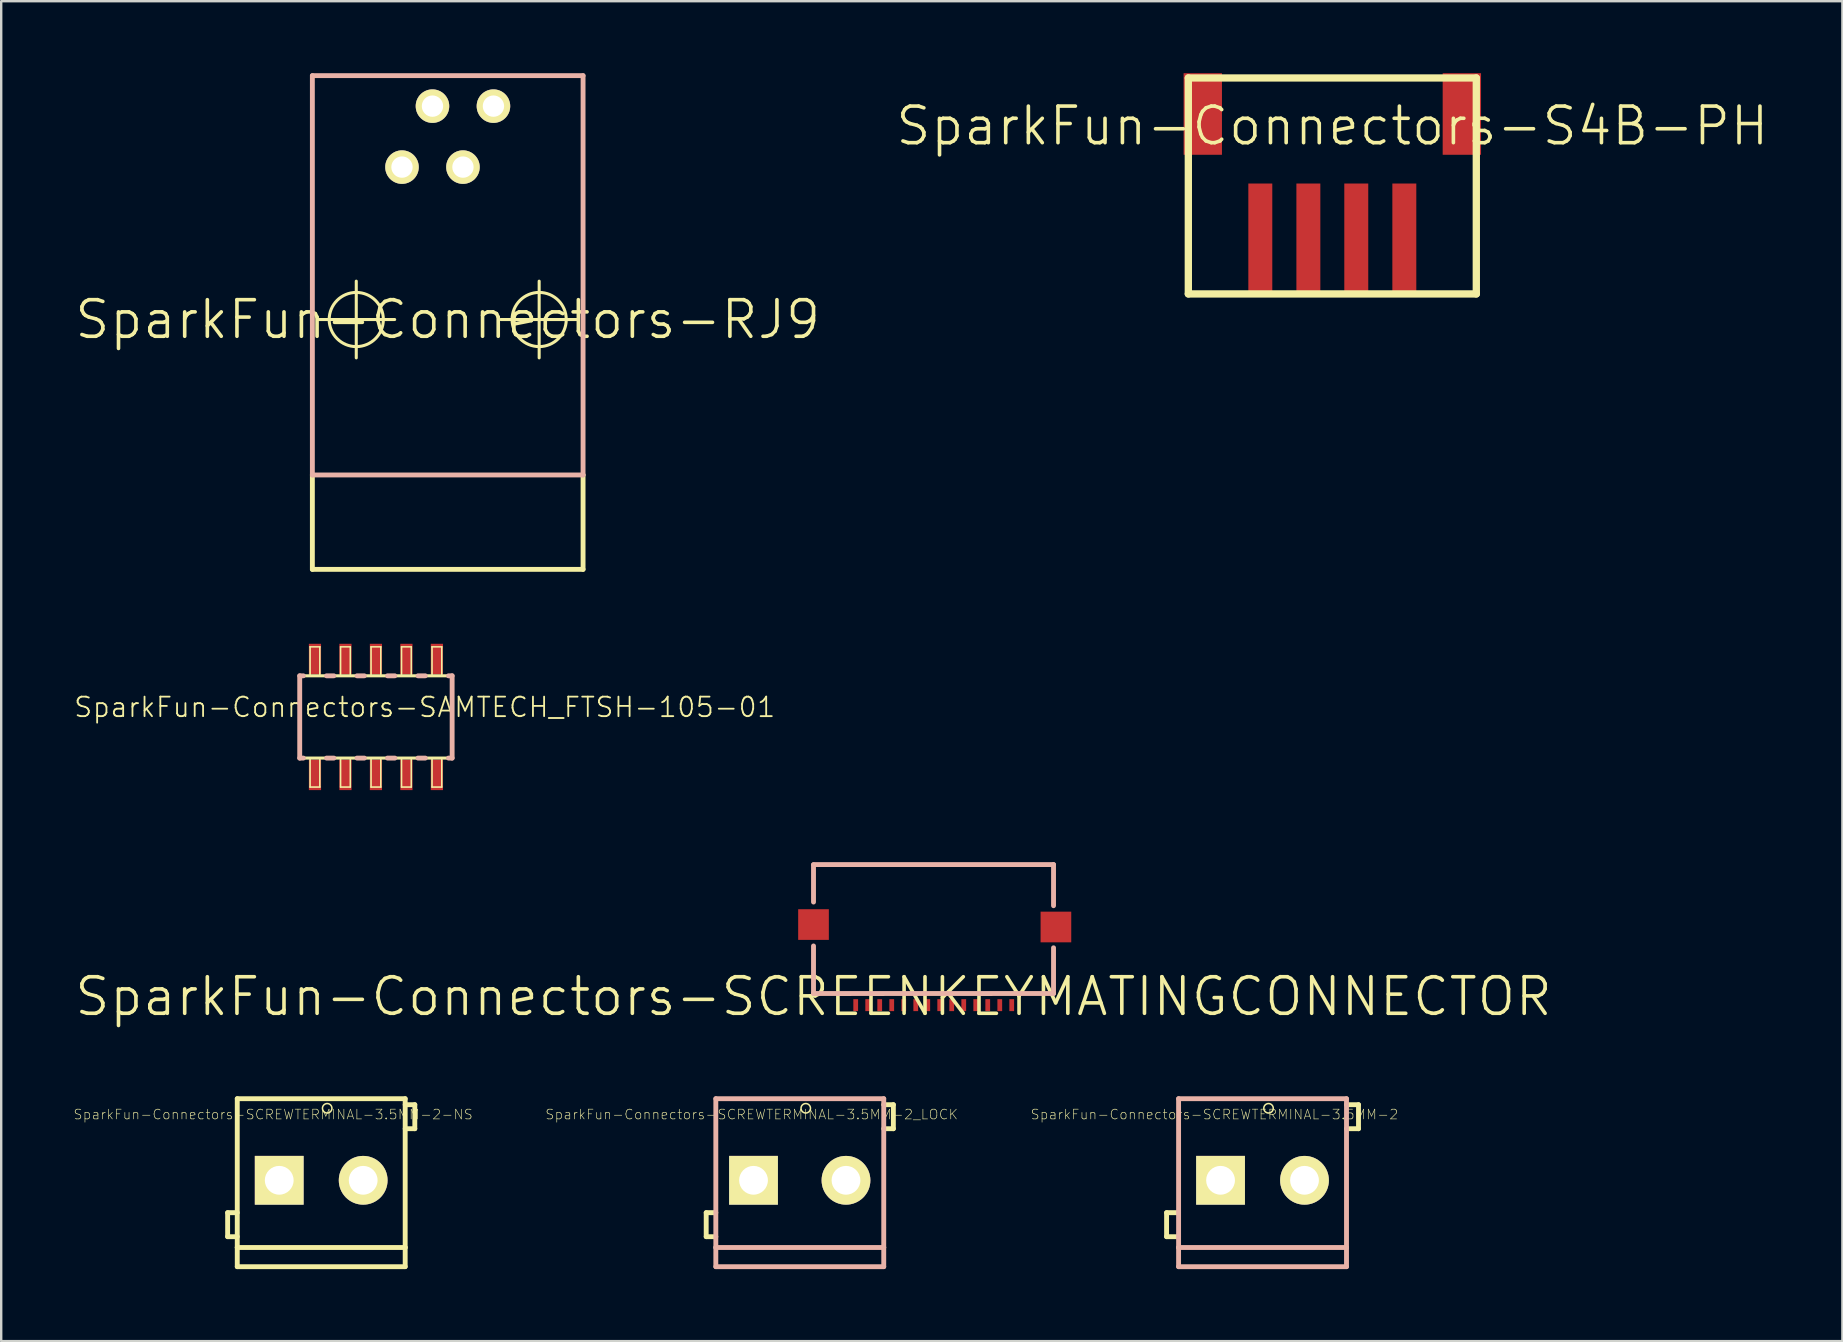
<source format=kicad_pcb>
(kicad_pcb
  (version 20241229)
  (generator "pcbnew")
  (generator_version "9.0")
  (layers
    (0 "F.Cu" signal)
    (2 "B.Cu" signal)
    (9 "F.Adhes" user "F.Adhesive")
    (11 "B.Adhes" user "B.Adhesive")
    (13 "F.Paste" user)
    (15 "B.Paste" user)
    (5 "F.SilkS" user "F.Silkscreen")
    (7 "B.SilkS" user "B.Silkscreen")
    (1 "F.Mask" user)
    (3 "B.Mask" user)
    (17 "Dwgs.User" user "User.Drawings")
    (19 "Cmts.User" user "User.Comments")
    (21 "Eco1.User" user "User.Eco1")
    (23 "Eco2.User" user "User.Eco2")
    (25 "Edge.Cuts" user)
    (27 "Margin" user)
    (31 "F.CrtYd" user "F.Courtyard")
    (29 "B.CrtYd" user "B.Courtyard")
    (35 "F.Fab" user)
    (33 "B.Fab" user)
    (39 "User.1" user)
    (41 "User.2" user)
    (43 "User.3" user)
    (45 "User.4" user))
  (footprint "SparkFun-Connectors-SCREWTERMINAL-3.5MM-2"
    (layer "F.Cu")
    (at 47.801 46.124)
    (property "Reference" "SparkFun-Connectors-SCREWTERMINAL-3.5MM-2" (at -0.254 -2.743 0) (layer "F.SilkS") (effects (font (size 0.406 0.406) (thickness 0.025))))
    (attr exclude_from_pos_files exclude_from_bom)
    (fp_line (start -2.248 1.349) (end -2.248 2.349) (stroke (width 0.203) (type solid)) (layer "F.SilkS"))
    (fp_line (start -2.248 2.349) (end -1.748 2.349) (stroke (width 0.203) (type solid)) (layer "F.SilkS"))
    (fp_line (start -1.748 1.349) (end -2.248 1.349) (stroke (width 0.203) (type solid)) (layer "F.SilkS"))
    (fp_line (start 5.248 -3.15) (end 5.748 -3.15) (stroke (width 0.203) (type solid)) (layer "F.SilkS"))
    (fp_line (start 5.748 -3.15) (end 5.748 -2.149) (stroke (width 0.203) (type solid)) (layer "F.SilkS"))
    (fp_line (start 5.748 -2.149) (end 5.248 -2.149) (stroke (width 0.203) (type solid)) (layer "F.SilkS"))
    (fp_circle (center 1.999 -3) (end 2.139 -3.139) (stroke (width 0.064) (type solid)) (fill no) (layer "F.SilkS"))
    (fp_line (start -1.748 -3.399) (end 5.248 -3.399) (stroke (width 0.203) (type solid)) (layer "B.SilkS"))
    (fp_line (start -1.748 2.799) (end -1.748 -3.399) (stroke (width 0.203) (type solid)) (layer "B.SilkS"))
    (fp_line (start -1.748 3.599) (end -1.748 2.799) (stroke (width 0.203) (type solid)) (layer "B.SilkS"))
    (fp_line (start 5.248 -3.399) (end 5.248 2.799) (stroke (width 0.203) (type solid)) (layer "B.SilkS"))
    (fp_line (start 5.248 2.799) (end -1.748 2.799) (stroke (width 0.203) (type solid)) (layer "B.SilkS"))
    (fp_line (start 5.248 2.799) (end 5.248 3.599) (stroke (width 0.203) (type solid)) (layer "B.SilkS"))
    (fp_line (start 5.248 3.599) (end -1.748 3.599) (stroke (width 0.203) (type solid)) (layer "B.SilkS"))
    (pad "1" thru_hole rect (at 0 0) (size 2.032 2.032) (drill 1.199) (layers "*.Cu" "F.Mask" "F.SilkS" "F.Paste"))
    (pad "2" thru_hole circle (at 3.498 0) (size 2.032 2.032) (drill 1.199) (layers "*.Cu" "F.Mask" "F.SilkS" "F.Paste")))
  (footprint "SparkFun-Connectors-SCREWTERMINAL-3.5MM-2_LOCK"
    (layer "F.Cu")
    (at 28.521 46.124)
    (property "Reference" "SparkFun-Connectors-SCREWTERMINAL-3.5MM-2_LOCK" (at -0.254 -2.743 0) (layer "F.SilkS") (effects (font (size 0.406 0.406) (thickness 0.025))))
    (attr exclude_from_pos_files exclude_from_bom)
    (fp_line (start -2.149 1.349) (end -2.149 2.349) (stroke (width 0.203) (type solid)) (layer "F.SilkS"))
    (fp_line (start -2.149 2.349) (end -1.748 2.349) (stroke (width 0.203) (type solid)) (layer "F.SilkS"))
    (fp_line (start -1.748 1.349) (end -2.149 1.349) (stroke (width 0.203) (type solid)) (layer "F.SilkS"))
    (fp_line (start 5.248 -3.15) (end 5.649 -3.15) (stroke (width 0.203) (type solid)) (layer "F.SilkS"))
    (fp_line (start 5.649 -3.15) (end 5.649 -2.149) (stroke (width 0.203) (type solid)) (layer "F.SilkS"))
    (fp_line (start 5.649 -2.149) (end 5.248 -2.149) (stroke (width 0.203) (type solid)) (layer "F.SilkS"))
    (fp_circle (center 0 0) (end -0.216 0.216) (stroke (width 0.013) (type solid)) (fill no) (layer "F.SilkS"))
    (fp_circle (center 1.999 -3) (end 2.139 -3.139) (stroke (width 0.064) (type solid)) (fill no) (layer "F.SilkS"))
    (fp_circle (center 3.498 0) (end 3.713 0.216) (stroke (width 0.013) (type solid)) (fill no) (layer "F.SilkS"))
    (fp_line (start -1.748 -3.399) (end 5.248 -3.399) (stroke (width 0.203) (type solid)) (layer "B.SilkS"))
    (fp_line (start -1.748 2.799) (end -1.748 -3.399) (stroke (width 0.203) (type solid)) (layer "B.SilkS"))
    (fp_line (start -1.748 3.599) (end -1.748 2.799) (stroke (width 0.203) (type solid)) (layer "B.SilkS"))
    (fp_line (start 5.248 -3.399) (end 5.248 2.799) (stroke (width 0.203) (type solid)) (layer "B.SilkS"))
    (fp_line (start 5.248 2.799) (end -1.748 2.799) (stroke (width 0.203) (type solid)) (layer "B.SilkS"))
    (fp_line (start 5.248 2.799) (end 5.248 3.599) (stroke (width 0.203) (type solid)) (layer "B.SilkS"))
    (fp_line (start 5.248 3.599) (end -1.748 3.599) (stroke (width 0.203) (type solid)) (layer "B.SilkS"))
    (pad "1" thru_hole rect (at -0.178 0) (size 2.032 2.032) (drill 1.199) (layers "*.Cu" "F.Mask" "F.SilkS" "F.Paste"))
    (pad "2" thru_hole circle (at 3.675 0) (size 2.032 2.032) (drill 1.199) (layers "*.Cu" "F.Mask" "F.SilkS" "F.Paste")))
  (footprint "SparkFun-Connectors-S4B-PH"
    (layer "F.Cu")
    (at 52.458 2.197)
    (property "Reference" "SparkFun-Connectors-S4B-PH" (at 0 0 0) (layer "F.SilkS") (effects (font (size 1.524 1.524) (thickness 0.15))))
    (attr smd)
    (fp_line (start -5.999 -1.999) (end -5.999 6.998) (stroke (width 0.305) (type solid)) (layer "F.SilkS"))
    (fp_line (start -5.999 6.998) (end 5.999 6.998) (stroke (width 0.305) (type solid)) (layer "F.SilkS"))
    (fp_line (start 5.999 -1.999) (end -5.999 -1.999) (stroke (width 0.305) (type solid)) (layer "F.SilkS"))
    (fp_line (start 5.999 6.998) (end 5.999 -1.999) (stroke (width 0.305) (type solid)) (layer "F.SilkS"))
    (pad "1" smd rect (at -3 4.699) (size 0.998 4.6) (layers "F.Cu" "F.Mask" "F.Paste"))
    (pad "2" smd rect (at -0.998 4.699) (size 0.998 4.6) (layers "F.Cu" "F.Mask" "F.Paste"))
    (pad "3" smd rect (at 0.998 4.699) (size 0.998 4.6) (layers "F.Cu" "F.Mask" "F.Paste"))
    (pad "4" smd rect (at 3 4.699) (size 0.998 4.6) (layers "F.Cu" "F.Mask" "F.Paste"))
    (pad "P$1" smd rect (at -5.397 -0.498 90) (size 3.399 1.598) (layers "F.Cu" "F.Mask" "F.Paste"))
    (pad "P$2" smd rect (at 5.397 -0.498 90) (size 3.399 1.598) (layers "F.Cu" "F.Mask" "F.Paste")))
  (footprint "SparkFun-Connectors-RJ9"
    (layer "F.Cu")
    (at 15.603 10.262)
    (property "Reference" "SparkFun-Connectors-RJ9" (at 0 0 0) (layer "F.SilkS") (effects (font (size 1.524 1.524) (thickness 0.15))))
    (attr exclude_from_pos_files exclude_from_bom)
    (fp_line (start -5.639 6.477) (end -5.639 10.409) (stroke (width 0.203) (type solid)) (layer "F.SilkS"))
    (fp_line (start -5.639 10.409) (end 5.639 10.409) (stroke (width 0.203) (type solid)) (layer "F.SilkS"))
    (fp_line (start -5.408 0) (end -2.21 0) (stroke (width 0.127) (type solid)) (layer "F.SilkS"))
    (fp_line (start -3.81 1.598) (end -3.81 -1.598) (stroke (width 0.127) (type solid)) (layer "F.SilkS"))
    (fp_line (start 2.21 0) (end 5.408 0) (stroke (width 0.127) (type solid)) (layer "F.SilkS"))
    (fp_line (start 3.81 1.598) (end 3.81 -1.598) (stroke (width 0.127) (type solid)) (layer "F.SilkS"))
    (fp_line (start 5.639 10.409) (end 5.639 6.477) (stroke (width 0.203) (type solid)) (layer "F.SilkS"))
    (fp_circle (center -3.81 0) (end -4.608 0.798) (stroke (width 0.127) (type solid)) (fill no) (layer "F.SilkS"))
    (fp_circle (center 3.81 0) (end 4.608 0.798) (stroke (width 0.127) (type solid)) (fill no) (layer "F.SilkS"))
    (fp_line (start -5.639 -10.16) (end -5.639 6.477) (stroke (width 0.203) (type solid)) (layer "B.SilkS"))
    (fp_line (start 5.639 -10.16) (end -5.639 -10.16) (stroke (width 0.203) (type solid)) (layer "B.SilkS"))
    (fp_line (start 5.639 6.477) (end -5.639 6.477) (stroke (width 0.203) (type solid)) (layer "B.SilkS"))
    (fp_line (start 5.639 6.477) (end 5.639 -10.16) (stroke (width 0.203) (type solid)) (layer "B.SilkS"))
    (pad "1" thru_hole circle (at -1.905 -6.35) (size 1.397 1.397) (drill 0.889) (layers "*.Cu" "F.Mask" "F.SilkS" "F.Paste"))
    (pad "2" thru_hole circle (at -0.635 -8.89) (size 1.397 1.397) (drill 0.889) (layers "*.Cu" "F.Mask" "F.SilkS" "F.Paste"))
    (pad "3" thru_hole circle (at 0.635 -6.35) (size 1.397 1.397) (drill 0.889) (layers "*.Cu" "F.Mask" "F.SilkS" "F.Paste"))
    (pad "4" thru_hole circle (at 1.905 -8.89) (size 1.397 1.397) (drill 0.889) (layers "*.Cu" "F.Mask" "F.SilkS" "F.Paste")))
  (footprint "SparkFun-Connectors-SAMTECH_FTSH-105-01"
    (layer "F.Cu")
    (at 12.612 26.82)
    (property "Reference" "SparkFun-Connectors-SAMTECH_FTSH-105-01" (at 2.032 -0.406 0) (layer "F.SilkS") (effects (font (size 0.813 0.813) (thickness 0.076))))
    (attr smd)
    (fp_line (start -3.175 -1.714) (end 3.175 -1.714) (stroke (width 0.127) (type solid)) (layer "F.SilkS"))
    (fp_line (start -3.175 1.714) (end -3.175 -1.714) (stroke (width 0.127) (type solid)) (layer "F.SilkS"))
    (fp_line (start -2.743 -2.921) (end -2.337 -2.921) (stroke (width 0.066) (type solid)) (layer "F.SilkS"))
    (fp_line (start -2.743 -1.714) (end -2.743 -2.921) (stroke (width 0.066) (type solid)) (layer "F.SilkS"))
    (fp_line (start -2.743 -1.714) (end -2.337 -1.714) (stroke (width 0.066) (type solid)) (layer "F.SilkS"))
    (fp_line (start -2.743 1.714) (end -2.337 1.714) (stroke (width 0.066) (type solid)) (layer "F.SilkS"))
    (fp_line (start -2.743 2.921) (end -2.743 1.714) (stroke (width 0.066) (type solid)) (layer "F.SilkS"))
    (fp_line (start -2.743 2.921) (end -2.337 2.921) (stroke (width 0.066) (type solid)) (layer "F.SilkS"))
    (fp_line (start -2.337 -1.714) (end -2.337 -2.921) (stroke (width 0.066) (type solid)) (layer "F.SilkS"))
    (fp_line (start -2.337 2.921) (end -2.337 1.714) (stroke (width 0.066) (type solid)) (layer "F.SilkS"))
    (fp_line (start -1.473 -2.921) (end -1.067 -2.921) (stroke (width 0.066) (type solid)) (layer "F.SilkS"))
    (fp_line (start -1.473 -1.714) (end -1.473 -2.921) (stroke (width 0.066) (type solid)) (layer "F.SilkS"))
    (fp_line (start -1.473 -1.714) (end -1.067 -1.714) (stroke (width 0.066) (type solid)) (layer "F.SilkS"))
    (fp_line (start -1.473 1.714) (end -1.067 1.714) (stroke (width 0.066) (type solid)) (layer "F.SilkS"))
    (fp_line (start -1.473 2.921) (end -1.473 1.714) (stroke (width 0.066) (type solid)) (layer "F.SilkS"))
    (fp_line (start -1.473 2.921) (end -1.067 2.921) (stroke (width 0.066) (type solid)) (layer "F.SilkS"))
    (fp_line (start -1.067 -1.714) (end -1.067 -2.921) (stroke (width 0.066) (type solid)) (layer "F.SilkS"))
    (fp_line (start -1.067 2.921) (end -1.067 1.714) (stroke (width 0.066) (type solid)) (layer "F.SilkS"))
    (fp_line (start -0.203 -2.921) (end 0.203 -2.921) (stroke (width 0.066) (type solid)) (layer "F.SilkS"))
    (fp_line (start -0.203 -1.714) (end -0.203 -2.921) (stroke (width 0.066) (type solid)) (layer "F.SilkS"))
    (fp_line (start -0.203 -1.714) (end 0.203 -1.714) (stroke (width 0.066) (type solid)) (layer "F.SilkS"))
    (fp_line (start -0.203 1.714) (end 0.203 1.714) (stroke (width 0.066) (type solid)) (layer "F.SilkS"))
    (fp_line (start -0.203 2.921) (end -0.203 1.714) (stroke (width 0.066) (type solid)) (layer "F.SilkS"))
    (fp_line (start -0.203 2.921) (end 0.203 2.921) (stroke (width 0.066) (type solid)) (layer "F.SilkS"))
    (fp_line (start 0.203 -1.714) (end 0.203 -2.921) (stroke (width 0.066) (type solid)) (layer "F.SilkS"))
    (fp_line (start 0.203 2.921) (end 0.203 1.714) (stroke (width 0.066) (type solid)) (layer "F.SilkS"))
    (fp_line (start 1.067 -2.921) (end 1.473 -2.921) (stroke (width 0.066) (type solid)) (layer "F.SilkS"))
    (fp_line (start 1.067 -1.714) (end 1.067 -2.921) (stroke (width 0.066) (type solid)) (layer "F.SilkS"))
    (fp_line (start 1.067 -1.714) (end 1.473 -1.714) (stroke (width 0.066) (type solid)) (layer "F.SilkS"))
    (fp_line (start 1.067 1.714) (end 1.473 1.714) (stroke (width 0.066) (type solid)) (layer "F.SilkS"))
    (fp_line (start 1.067 2.921) (end 1.067 1.714) (stroke (width 0.066) (type solid)) (layer "F.SilkS"))
    (fp_line (start 1.067 2.921) (end 1.473 2.921) (stroke (width 0.066) (type solid)) (layer "F.SilkS"))
    (fp_line (start 1.473 -1.714) (end 1.473 -2.921) (stroke (width 0.066) (type solid)) (layer "F.SilkS"))
    (fp_line (start 1.473 2.921) (end 1.473 1.714) (stroke (width 0.066) (type solid)) (layer "F.SilkS"))
    (fp_line (start 2.337 -2.921) (end 2.743 -2.921) (stroke (width 0.066) (type solid)) (layer "F.SilkS"))
    (fp_line (start 2.337 -1.714) (end 2.337 -2.921) (stroke (width 0.066) (type solid)) (layer "F.SilkS"))
    (fp_line (start 2.337 -1.714) (end 2.743 -1.714) (stroke (width 0.066) (type solid)) (layer "F.SilkS"))
    (fp_line (start 2.337 1.714) (end 2.743 1.714) (stroke (width 0.066) (type solid)) (layer "F.SilkS"))
    (fp_line (start 2.337 2.921) (end 2.337 1.714) (stroke (width 0.066) (type solid)) (layer "F.SilkS"))
    (fp_line (start 2.337 2.921) (end 2.743 2.921) (stroke (width 0.066) (type solid)) (layer "F.SilkS"))
    (fp_line (start 2.743 -1.714) (end 2.743 -2.921) (stroke (width 0.066) (type solid)) (layer "F.SilkS"))
    (fp_line (start 2.743 2.921) (end 2.743 1.714) (stroke (width 0.066) (type solid)) (layer "F.SilkS"))
    (fp_line (start 3.175 -1.714) (end 3.175 1.714) (stroke (width 0.127) (type solid)) (layer "F.SilkS"))
    (fp_line (start 3.175 1.714) (end -3.175 1.714) (stroke (width 0.127) (type solid)) (layer "F.SilkS"))
    (fp_line (start -3.175 -1.714) (end -3.023 -1.714) (stroke (width 0.203) (type solid)) (layer "B.SilkS"))
    (fp_line (start -3.175 1.714) (end -3.175 -1.714) (stroke (width 0.203) (type solid)) (layer "B.SilkS"))
    (fp_line (start -3.023 1.714) (end -3.175 1.714) (stroke (width 0.203) (type solid)) (layer "B.SilkS"))
    (fp_line (start -2.057 -1.714) (end -1.753 -1.714) (stroke (width 0.203) (type solid)) (layer "B.SilkS"))
    (fp_line (start -1.753 1.714) (end -2.057 1.714) (stroke (width 0.203) (type solid)) (layer "B.SilkS"))
    (fp_line (start -0.787 -1.714) (end -0.483 -1.714) (stroke (width 0.203) (type solid)) (layer "B.SilkS"))
    (fp_line (start -0.483 1.714) (end -0.787 1.714) (stroke (width 0.203) (type solid)) (layer "B.SilkS"))
    (fp_line (start 0.483 -1.714) (end 0.787 -1.714) (stroke (width 0.203) (type solid)) (layer "B.SilkS"))
    (fp_line (start 0.787 1.714) (end 0.483 1.714) (stroke (width 0.203) (type solid)) (layer "B.SilkS"))
    (fp_line (start 1.753 -1.714) (end 2.057 -1.714) (stroke (width 0.203) (type solid)) (layer "B.SilkS"))
    (fp_line (start 2.057 1.714) (end 1.753 1.714) (stroke (width 0.203) (type solid)) (layer "B.SilkS"))
    (fp_line (start 3.023 -1.714) (end 3.175 -1.714) (stroke (width 0.203) (type solid)) (layer "B.SilkS"))
    (fp_line (start 3.175 -1.714) (end 3.175 1.714) (stroke (width 0.203) (type solid)) (layer "B.SilkS"))
    (fp_line (start 3.175 1.714) (end 3.023 1.714) (stroke (width 0.203) (type solid)) (layer "B.SilkS"))
    (pad "1" smd rect (at -2.54 2.413) (size 0.508 1.27) (layers "F.Cu" "F.Mask" "F.Paste"))
    (pad "2" smd rect (at -2.54 -2.413) (size 0.508 1.27) (layers "F.Cu" "F.Mask" "F.Paste"))
    (pad "3" smd rect (at -1.27 2.413) (size 0.508 1.27) (layers "F.Cu" "F.Mask" "F.Paste"))
    (pad "4" smd rect (at -1.27 -2.413) (size 0.508 1.27) (layers "F.Cu" "F.Mask" "F.Paste"))
    (pad "5" smd rect (at 0 2.413) (size 0.508 1.27) (layers "F.Cu" "F.Mask" "F.Paste"))
    (pad "6" smd rect (at 0 -2.413) (size 0.508 1.27) (layers "F.Cu" "F.Mask" "F.Paste"))
    (pad "7" smd rect (at 1.27 2.413) (size 0.508 1.27) (layers "F.Cu" "F.Mask" "F.Paste"))
    (pad "8" smd rect (at 1.27 -2.413) (size 0.508 1.27) (layers "F.Cu" "F.Mask" "F.Paste"))
    (pad "9" smd rect (at 2.54 2.413) (size 0.508 1.27) (layers "F.Cu" "F.Mask" "F.Paste"))
    (pad "10" smd rect (at 2.54 -2.413) (size 0.508 1.27) (layers "F.Cu" "F.Mask" "F.Paste")))
  (footprint "SparkFun-Connectors-SCREWTERMINAL-3.5MM-2-NS"
    (layer "F.Cu")
    (at 8.583 46.124)
    (property "Reference" "SparkFun-Connectors-SCREWTERMINAL-3.5MM-2-NS" (at -0.254 -2.743 0) (layer "F.SilkS") (effects (font (size 0.406 0.406) (thickness 0.025))))
    (attr exclude_from_pos_files exclude_from_bom)
    (fp_line (start -2.149 1.349) (end -2.149 2.349) (stroke (width 0.203) (type solid)) (layer "F.SilkS"))
    (fp_line (start -2.149 2.349) (end -1.748 2.349) (stroke (width 0.203) (type solid)) (layer "F.SilkS"))
    (fp_line (start -1.748 -3.399) (end 5.248 -3.399) (stroke (width 0.203) (type solid)) (layer "F.SilkS"))
    (fp_line (start -1.748 1.349) (end -2.149 1.349) (stroke (width 0.203) (type solid)) (layer "F.SilkS"))
    (fp_line (start -1.748 2.799) (end -1.748 -3.399) (stroke (width 0.203) (type solid)) (layer "F.SilkS"))
    (fp_line (start -1.748 3.599) (end -1.748 2.799) (stroke (width 0.203) (type solid)) (layer "F.SilkS"))
    (fp_line (start 5.248 -3.399) (end 5.248 2.799) (stroke (width 0.203) (type solid)) (layer "F.SilkS"))
    (fp_line (start 5.248 -3.15) (end 5.649 -3.15) (stroke (width 0.203) (type solid)) (layer "F.SilkS"))
    (fp_line (start 5.248 2.799) (end -1.748 2.799) (stroke (width 0.203) (type solid)) (layer "F.SilkS"))
    (fp_line (start 5.248 2.799) (end 5.248 3.599) (stroke (width 0.203) (type solid)) (layer "F.SilkS"))
    (fp_line (start 5.248 3.599) (end -1.748 3.599) (stroke (width 0.203) (type solid)) (layer "F.SilkS"))
    (fp_line (start 5.649 -3.15) (end 5.649 -2.149) (stroke (width 0.203) (type solid)) (layer "F.SilkS"))
    (fp_line (start 5.649 -2.149) (end 5.248 -2.149) (stroke (width 0.203) (type solid)) (layer "F.SilkS"))
    (fp_circle (center 1.999 -3) (end 2.139 -3.139) (stroke (width 0.064) (type solid)) (fill no) (layer "F.SilkS"))
    (pad "1" thru_hole rect (at 0 0) (size 2.032 2.032) (drill 1.199) (layers "*.Cu" "F.Mask" "F.SilkS" "F.Paste"))
    (pad "2" thru_hole circle (at 3.498 0) (size 2.032 2.032) (drill 1.199) (layers "*.Cu" "F.Mask" "F.SilkS" "F.Paste")))
  (footprint "SparkFun-Connectors-SCREENKEYMATINGCONNECTOR"
    (layer "F.Cu")
    (at 30.843 38.469)
    (property "Reference" "SparkFun-Connectors-SCREENKEYMATINGCONNECTOR" (at 0 0 0) (layer "F.SilkS") (effects (font (size 1.524 1.524) (thickness 0.15))))
    (attr smd)
    (fp_line (start 0 -5.486) (end 0 -3.937) (stroke (width 0.203) (type solid)) (layer "B.SilkS"))
    (fp_line (start 0 -2.108) (end 0 -0.127) (stroke (width 0.203) (type solid)) (layer "B.SilkS"))
    (fp_line (start 0 -0.127) (end 10 -0.127) (stroke (width 0.203) (type solid)) (layer "B.SilkS"))
    (fp_line (start 10 -5.499) (end 0 -5.499) (stroke (width 0.203) (type solid)) (layer "B.SilkS"))
    (fp_line (start 10 -3.785) (end 10 -5.499) (stroke (width 0.203) (type solid)) (layer "B.SilkS"))
    (fp_line (start 10 -0.127) (end 10 -2.032) (stroke (width 0.203) (type solid)) (layer "B.SilkS"))
    (pad "1" smd rect (at 1.758 0.358 180) (size 0.198 0.498) (layers "F.Cu" "F.Mask" "F.Paste"))
    (pad "2" smd rect (at 2.258 0.358 180) (size 0.198 0.498) (layers "F.Cu" "F.Mask" "F.Paste"))
    (pad "3" smd rect (at 2.758 0.358 180) (size 0.198 0.498) (layers "F.Cu" "F.Mask" "F.Paste"))
    (pad "4" smd rect (at 3.259 0.358 180) (size 0.198 0.498) (layers "F.Cu" "F.Mask" "F.Paste"))
    (pad "5" smd rect (at 3.759 0.358 180) (size 0.198 0.498) (layers "F.Cu" "F.Mask" "F.Paste"))
    (pad "6" smd rect (at 4.26 0.358 180) (size 0.198 0.498) (layers "F.Cu" "F.Mask" "F.Paste"))
    (pad "7" smd rect (at 4.76 0.358 180) (size 0.198 0.498) (layers "F.Cu" "F.Mask" "F.Paste"))
    (pad "8" smd rect (at 5.258 0.358 180) (size 0.198 0.498) (layers "F.Cu" "F.Mask" "F.Paste"))
    (pad "9" smd rect (at 5.758 0.358 180) (size 0.198 0.498) (layers "F.Cu" "F.Mask" "F.Paste"))
    (pad "10" smd rect (at 6.259 0.358 180) (size 0.198 0.498) (layers "F.Cu" "F.Mask" "F.Paste"))
    (pad "11" smd rect (at 6.759 0.358 180) (size 0.198 0.498) (layers "F.Cu" "F.Mask" "F.Paste"))
    (pad "12" smd rect (at 7.259 0.358 180) (size 0.198 0.498) (layers "F.Cu" "F.Mask" "F.Paste"))
    (pad "13" smd rect (at 7.76 0.358 180) (size 0.198 0.498) (layers "F.Cu" "F.Mask" "F.Paste"))
    (pad "14" smd rect (at 8.258 0.358 180) (size 0.198 0.498) (layers "F.Cu" "F.Mask" "F.Paste"))
    (pad "P$15" smd rect (at 0 -3) (size 1.278 1.278) (layers "F.Cu" "F.Mask" "F.Paste"))
    (pad "P$16" smd rect (at 10.099 -2.898) (size 1.278 1.278) (layers "F.Cu" "F.Mask" "F.Paste")))
  (gr_rect
    (start -3 -3)
    (end 73.709 52.825)
    (stroke (width 0.1) (type default))
    (fill no)
    (layer "Edge.Cuts")))
</source>
